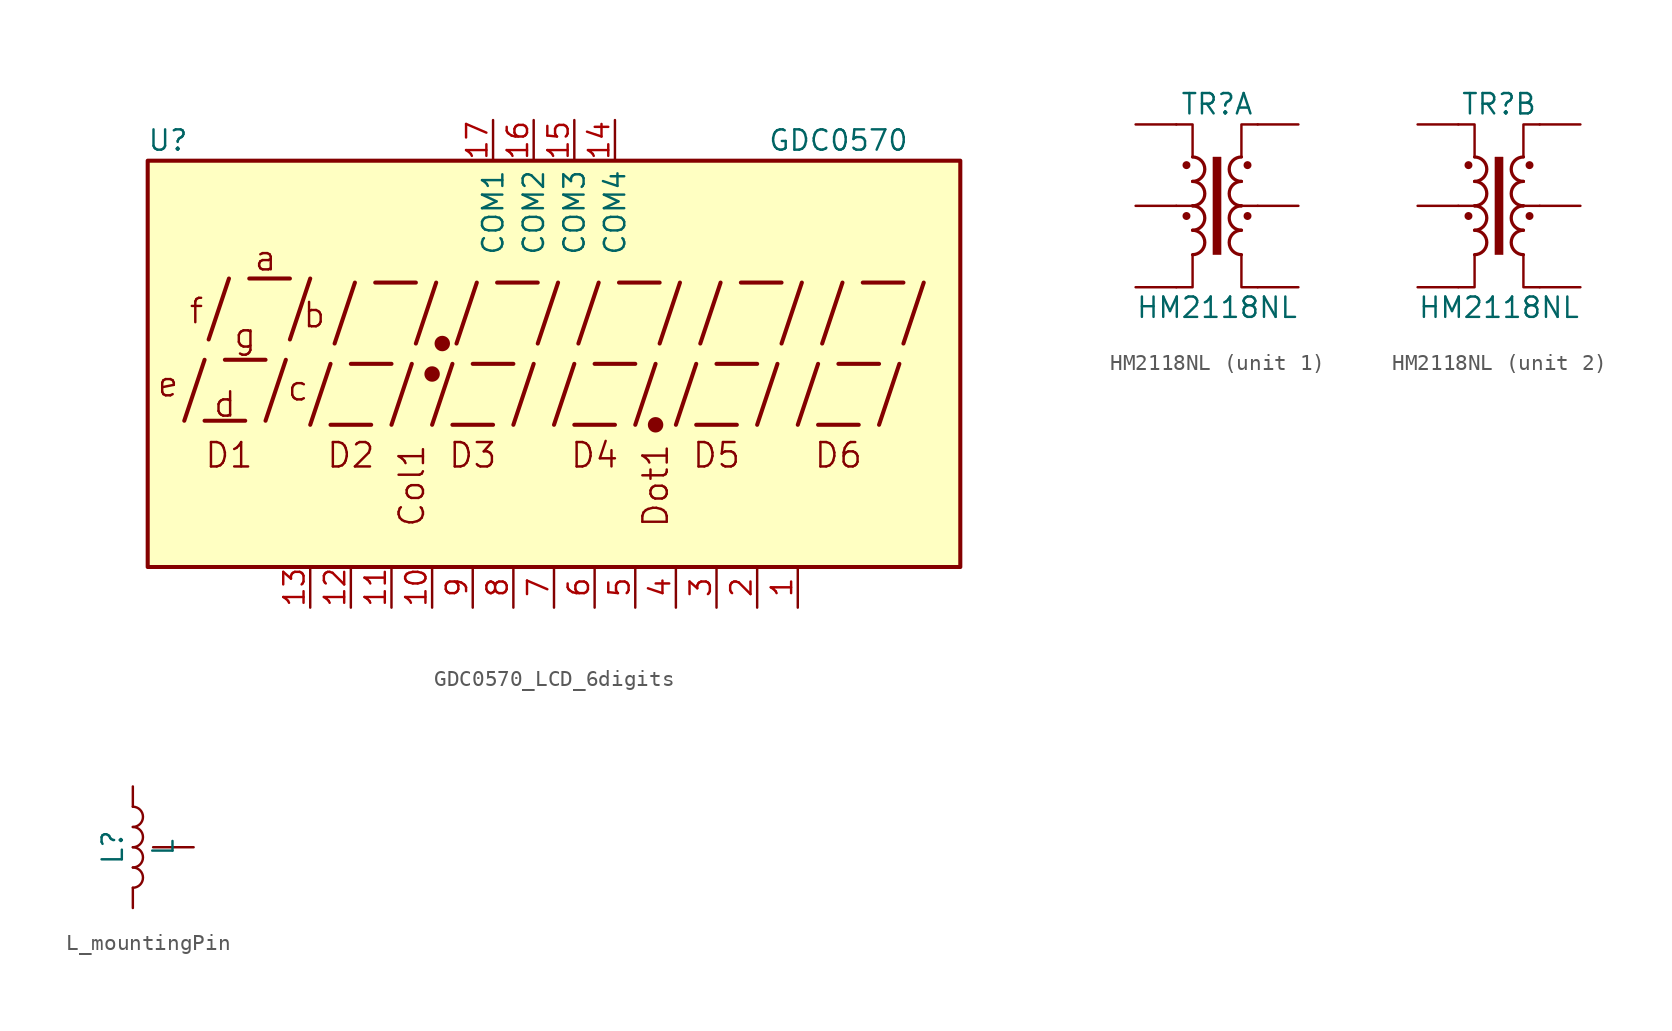
<source format=kicad_sym>
(kicad_symbol_lib
  (version 20231120)
  (generator "kicad_symbol_editor")
  (generator_version "8.0")
  (symbol "GDC0570_LCD_6digits"
    (property "Reference" "U"
      (at -24.13 13.97 0)
      (effects (font (size 1.27 1.27))))
    (property "Value" "GDC0570"
      (at 17.78 13.97 0)
      (effects (font (size 1.27 1.27))))
    (symbol "GDC0570_LCD_6digits_0_0"
      (rectangle (start -25.4 12.7) (end 25.4 -12.7) (stroke (width 0.254) (type default)) (fill (type background)))
      (polyline (pts (xy -23.114 -3.556) (xy -21.844 0.254)) (stroke (width 0.254) (type default)) (fill (type none)))
      (polyline (pts (xy -21.844 -3.556) (xy -19.304 -3.556)) (stroke (width 0.254) (type default)) (fill (type none)))
      (polyline (pts (xy -21.59 1.524) (xy -20.32 5.334)) (stroke (width 0.254) (type default)) (fill (type none)))
      (polyline (pts (xy -20.574 0.254) (xy -18.034 0.254)) (stroke (width 0.254) (type default)) (fill (type none)))
      (polyline (pts (xy -19.05 5.334) (xy -16.51 5.334)) (stroke (width 0.254) (type default)) (fill (type none)))
      (polyline (pts (xy -18.034 -3.556) (xy -16.764 0.254)) (stroke (width 0.254) (type default)) (fill (type none)))
      (polyline (pts (xy -16.51 1.524) (xy -15.24 5.334)) (stroke (width 0.254) (type default)) (fill (type none)))
      (polyline (pts (xy -15.24 -3.81) (xy -13.97 0)) (stroke (width 0.254) (type default)) (fill (type none)))
      (polyline (pts (xy -13.97 -3.81) (xy -11.43 -3.81)) (stroke (width 0.254) (type default)) (fill (type none)))
      (polyline (pts (xy -13.716 1.27) (xy -12.446 5.08)) (stroke (width 0.254) (type default)) (fill (type none)))
      (polyline (pts (xy -12.7 0) (xy -10.16 0)) (stroke (width 0.254) (type default)) (fill (type none)))
      (polyline (pts (xy -11.176 5.08) (xy -8.636 5.08)) (stroke (width 0.254) (type default)) (fill (type none)))
      (polyline (pts (xy -10.16 -3.81) (xy -8.89 0)) (stroke (width 0.254) (type default)) (fill (type none)))
      (polyline (pts (xy -8.636 1.27) (xy -7.366 5.08)) (stroke (width 0.254) (type default)) (fill (type none)))
      (polyline (pts (xy -7.62 -3.81) (xy -6.35 0)) (stroke (width 0.254) (type default)) (fill (type none)))
      (polyline (pts (xy -6.35 -3.81) (xy -3.81 -3.81)) (stroke (width 0.254) (type default)) (fill (type none)))
      (polyline (pts (xy -6.096 1.27) (xy -4.826 5.08)) (stroke (width 0.254) (type default)) (fill (type none)))
      (polyline (pts (xy -5.08 0) (xy -2.54 0)) (stroke (width 0.254) (type default)) (fill (type none)))
      (polyline (pts (xy -3.556 5.08) (xy -1.016 5.08)) (stroke (width 0.254) (type default)) (fill (type none)))
      (polyline (pts (xy -2.54 -3.81) (xy -1.27 0)) (stroke (width 0.254) (type default)) (fill (type none)))
      (polyline (pts (xy -1.016 1.27) (xy 0.254 5.08)) (stroke (width 0.254) (type default)) (fill (type none)))
      (polyline (pts (xy 0 -3.81) (xy 1.27 0)) (stroke (width 0.254) (type default)) (fill (type none)))
      (polyline (pts (xy 1.27 -3.81) (xy 3.81 -3.81)) (stroke (width 0.254) (type default)) (fill (type none)))
      (polyline (pts (xy 1.524 1.27) (xy 2.794 5.08)) (stroke (width 0.254) (type default)) (fill (type none)))
      (polyline (pts (xy 2.54 0) (xy 5.08 0)) (stroke (width 0.254) (type default)) (fill (type none)))
      (polyline (pts (xy 4.064 5.08) (xy 6.604 5.08)) (stroke (width 0.254) (type default)) (fill (type none)))
      (polyline (pts (xy 5.08 -3.81) (xy 6.35 0)) (stroke (width 0.254) (type default)) (fill (type none)))
      (polyline (pts (xy 6.604 1.27) (xy 7.874 5.08)) (stroke (width 0.254) (type default)) (fill (type none)))
      (polyline (pts (xy 7.62 -3.81) (xy 8.89 0)) (stroke (width 0.254) (type default)) (fill (type none)))
      (polyline (pts (xy 8.89 -3.81) (xy 11.43 -3.81)) (stroke (width 0.254) (type default)) (fill (type none)))
      (polyline (pts (xy 9.144 1.27) (xy 10.414 5.08)) (stroke (width 0.254) (type default)) (fill (type none)))
      (polyline (pts (xy 10.16 0) (xy 12.7 0)) (stroke (width 0.254) (type default)) (fill (type none)))
      (polyline (pts (xy 11.684 5.08) (xy 14.224 5.08)) (stroke (width 0.254) (type default)) (fill (type none)))
      (polyline (pts (xy 12.7 -3.81) (xy 13.97 0)) (stroke (width 0.254) (type default)) (fill (type none)))
      (polyline (pts (xy 14.224 1.27) (xy 15.494 5.08)) (stroke (width 0.254) (type default)) (fill (type none)))
      (polyline (pts (xy 15.24 -3.81) (xy 16.51 0)) (stroke (width 0.254) (type default)) (fill (type none)))
      (polyline (pts (xy 16.51 -3.81) (xy 19.05 -3.81)) (stroke (width 0.254) (type default)) (fill (type none)))
      (polyline (pts (xy 16.764 1.27) (xy 18.034 5.08)) (stroke (width 0.254) (type default)) (fill (type none)))
      (polyline (pts (xy 17.78 0) (xy 20.32 0)) (stroke (width 0.254) (type default)) (fill (type none)))
      (polyline (pts (xy 19.304 5.08) (xy 21.844 5.08)) (stroke (width 0.254) (type default)) (fill (type none)))
      (polyline (pts (xy 20.32 -3.81) (xy 21.59 0)) (stroke (width 0.254) (type default)) (fill (type none)))
      (polyline (pts (xy 21.844 1.27) (xy 23.114 5.08)) (stroke (width 0.254) (type default)) (fill (type none)))
      (text "a" (at -18.034 6.604 0) (effects (font (size 1.524 1.524))))
      (text "b" (at -14.986 3.048 0) (effects (font (size 1.524 1.524))))
      (text "c" (at -16.002 -1.524 0) (effects (font (size 1.524 1.524))))
      (text "d" (at -20.574 -2.54 0) (effects (font (size 1.524 1.524))))
      (text "e" (at -24.13 -1.27 0) (effects (font (size 1.524 1.524))))
      (text "f" (at -22.352 3.302 0) (effects (font (size 1.524 1.524))))
      (text "g" (at -19.304 1.778 0) (effects (font (size 1.524 1.524)))))
    (symbol "GDC0570_LCD_6digits_0_1"
      (circle (center -7.62 -0.635) (radius 0.356) (stroke (width 0.254) (type default)) (fill (type outline)))
      (circle (center -6.985 1.27) (radius 0.356) (stroke (width 0.254) (type default)) (fill (type outline)))
      (circle (center 6.35 -3.81) (radius 0.356) (stroke (width 0.254) (type default)) (fill (type outline))))
    (symbol "GDC0570_LCD_6digits_1_0"
      (text "Col1" (at -8.89 -7.62 900) (effects (font (size 1.524 1.524))))
      (text "D1" (at -20.32 -5.715 0) (effects (font (size 1.524 1.524))))
      (text "D2" (at -12.7 -5.715 0) (effects (font (size 1.524 1.524))))
      (text "D3" (at -5.08 -5.715 0) (effects (font (size 1.524 1.524))))
      (text "D4" (at 2.54 -5.715 0) (effects (font (size 1.524 1.524))))
      (text "D5" (at 10.16 -5.715 0) (effects (font (size 1.524 1.524))))
      (text "D6" (at 17.78 -5.715 0) (effects (font (size 1.524 1.524))))
      (text "Dot1" (at 6.35 -7.62 900) (effects (font (size 1.524 1.524)))))
    (symbol "GDC0570_LCD_6digits_1_1"
      (pin input line (at 15.24 -15.24 90) (length 2.54) (name "" (effects (font (size 1.27 1.27)))) (number "1" (effects (font (size 1.27 1.27)))))
      (pin input line (at -7.62 -15.24 90) (length 2.54) (name "" (effects (font (size 1.27 1.27)))) (number "10" (effects (font (size 1.27 1.27)))))
      (pin input line (at -10.16 -15.24 90) (length 2.54) (name "" (effects (font (size 1.27 1.27)))) (number "11" (effects (font (size 1.27 1.27)))))
      (pin input line (at -12.7 -15.24 90) (length 2.54) (name "" (effects (font (size 1.27 1.27)))) (number "12" (effects (font (size 1.27 1.27)))))
      (pin input line (at -15.24 -15.24 90) (length 2.54) (name "" (effects (font (size 1.27 1.27)))) (number "13" (effects (font (size 1.27 1.27)))))
      (pin input line (at 3.81 15.24 270) (length 2.54) (name "COM4" (effects (font (size 1.27 1.27)))) (number "14" (effects (font (size 1.27 1.27)))))
      (pin input line (at 1.27 15.24 270) (length 2.54) (name "COM3" (effects (font (size 1.27 1.27)))) (number "15" (effects (font (size 1.27 1.27)))))
      (pin input line (at -1.27 15.24 270) (length 2.54) (name "COM2" (effects (font (size 1.27 1.27)))) (number "16" (effects (font (size 1.27 1.27)))))
      (pin input line (at -3.81 15.24 270) (length 2.54) (name "COM1" (effects (font (size 1.27 1.27)))) (number "17" (effects (font (size 1.27 1.27)))))
      (pin input line (at 12.7 -15.24 90) (length 2.54) (name "" (effects (font (size 1.27 1.27)))) (number "2" (effects (font (size 1.27 1.27)))))
      (pin input line (at 10.16 -15.24 90) (length 2.54) (name "" (effects (font (size 1.27 1.27)))) (number "3" (effects (font (size 1.27 1.27)))))
      (pin input line (at 7.62 -15.24 90) (length 2.54) (name "" (effects (font (size 1.27 1.27)))) (number "4" (effects (font (size 1.27 1.27)))))
      (pin input line (at 5.08 -15.24 90) (length 2.54) (name "" (effects (font (size 1.27 1.27)))) (number "5" (effects (font (size 1.27 1.27)))))
      (pin input line (at 2.54 -15.24 90) (length 2.54) (name "" (effects (font (size 1.27 1.27)))) (number "6" (effects (font (size 1.27 1.27)))))
      (pin input line (at 0 -15.24 90) (length 2.54) (name "" (effects (font (size 1.27 1.27)))) (number "7" (effects (font (size 1.27 1.27)))))
      (pin input line (at -2.54 -15.24 90) (length 2.54) (name "" (effects (font (size 1.27 1.27)))) (number "8" (effects (font (size 1.27 1.27)))))
      (pin input line (at -5.08 -15.24 90) (length 2.54) (name "" (effects (font (size 1.27 1.27)))) (number "9" (effects (font (size 1.27 1.27)))))))
  (symbol "HM2118NL"
    (pin_numbers hide)
    (pin_names
      (offset 0))
    (property "Reference" "TR"
      (at 0 6.35 0)
      (effects (font (size 1.27 1.27))))
    (property "Value" "HM2118NL"
      (at 0 -6.35 0)
      (effects (font (size 1.27 1.27))))
    (symbol "HM2118NL_0_1"
      (circle (center -1.905 -0.635) (radius 0.2) (stroke (width 0.1) (type default)) (fill (type outline)))
      (circle (center -1.905 2.54) (radius 0.2) (stroke (width 0.1) (type default)) (fill (type outline)))
      (arc (start -1.524 -3.048) (mid -0.7653 -2.286) (end -1.524 -1.524) (stroke (width 0.2032) (type default)) (fill (type none)))
      (arc (start -1.524 -1.524) (mid -0.7653 -0.762) (end -1.524 0) (stroke (width 0.2032) (type default)) (fill (type none)))
      (arc (start -1.524 0) (mid -0.7653 0.762) (end -1.524 1.524) (stroke (width 0.2032) (type default)) (fill (type none)))
      (arc (start -1.524 1.524) (mid -0.7653 2.286) (end -1.524 3.048) (stroke (width 0.2032) (type default)) (fill (type none)))
      (rectangle (start -0.254 3.048) (end 0.254 -3.048) (stroke (width 0.025) (type default)) (fill (type outline)))
      (polyline (pts (xy -1.524 0) (xy -2.54 0) (xy -2.54 0)) (stroke (width 0) (type default)) (fill (type outline)))
      (polyline (pts (xy 1.524 0) (xy 2.54 0) (xy 2.54 0)) (stroke (width 0) (type default)) (fill (type outline)))
      (polyline (pts (xy -2.54 5.08) (xy -1.524 5.08) (xy -1.524 3.048) (xy -1.524 3.048)) (stroke (width 0.152) (type default)) (fill (type none)))
      (polyline (pts (xy -1.524 -3.048) (xy -1.524 -5.08) (xy -2.54 -5.08) (xy -2.54 -5.08)) (stroke (width 0.152) (type default)) (fill (type none)))
      (polyline (pts (xy 1.524 3.048) (xy 1.524 5.08) (xy 2.54 5.08) (xy 2.54 5.08)) (stroke (width 0.152) (type default)) (fill (type none)))
      (polyline (pts (xy 2.54 -5.08) (xy 1.524 -5.08) (xy 1.524 -3.048) (xy 1.524 -3.048)) (stroke (width 0.152) (type default)) (fill (type none)))
      (arc (start 1.524 -1.524) (mid 0.7653 -2.286) (end 1.524 -3.048) (stroke (width 0.2032) (type default)) (fill (type none)))
      (arc (start 1.524 0) (mid 0.7653 -0.762) (end 1.524 -1.524) (stroke (width 0.2032) (type default)) (fill (type none)))
      (arc (start 1.524 1.524) (mid 0.7653 0.762) (end 1.524 0) (stroke (width 0.2032) (type default)) (fill (type none)))
      (arc (start 1.524 3.048) (mid 0.7653 2.286) (end 1.524 1.524) (stroke (width 0.2032) (type default)) (fill (type none)))
      (circle (center 1.905 -0.635) (radius 0.2) (stroke (width 0.1) (type default)) (fill (type outline)))
      (circle (center 1.905 2.54) (radius 0.2) (stroke (width 0.1) (type default)) (fill (type outline))))
    (symbol "HM2118NL_1_1"
      (pin passive line (at -5.08 5.08 0) (length 2.54) (name "~" (effects (font (size 1.27 1.27)))) (number "1" (effects (font (size 1.27 1.27)))))
      (pin passive line (at 5.08 -5.08 180) (length 2.54) (name "~" (effects (font (size 1.27 1.27)))) (number "10" (effects (font (size 1.27 1.27)))))
      (pin passive line (at 5.08 0 180) (length 2.54) (name "~" (effects (font (size 1.27 1.27)))) (number "11" (effects (font (size 1.27 1.27)))))
      (pin passive line (at 5.08 5.08 180) (length 2.54) (name "~" (effects (font (size 1.27 1.27)))) (number "12" (effects (font (size 1.27 1.27)))))
      (pin passive line (at -5.08 0 0) (length 2.54) (name "~" (effects (font (size 1.27 1.27)))) (number "2" (effects (font (size 1.27 1.27)))))
      (pin passive line (at -5.08 -5.08 0) (length 2.54) (name "~" (effects (font (size 1.27 1.27)))) (number "3" (effects (font (size 1.27 1.27))))))
    (symbol "HM2118NL_2_1"
      (pin passive line (at -5.08 5.08 0) (length 2.54) (name "~" (effects (font (size 1.27 1.27)))) (number "4" (effects (font (size 1.27 1.27)))))
      (pin passive line (at -5.08 0 0) (length 2.54) (name "~" (effects (font (size 1.27 1.27)))) (number "5" (effects (font (size 1.27 1.27)))))
      (pin passive line (at -5.08 -5.08 0) (length 2.54) (name "~" (effects (font (size 1.27 1.27)))) (number "6" (effects (font (size 1.27 1.27)))))
      (pin passive line (at 5.08 -5.08 180) (length 2.54) (name "~" (effects (font (size 1.27 1.27)))) (number "7" (effects (font (size 1.27 1.27)))))
      (pin passive line (at 5.08 0 180) (length 2.54) (name "~" (effects (font (size 1.27 1.27)))) (number "8" (effects (font (size 1.27 1.27)))))
      (pin passive line (at 5.08 5.08 180) (length 2.54) (name "~" (effects (font (size 1.27 1.27)))) (number "9" (effects (font (size 1.27 1.27)))))))
  (symbol "L_mountingPin"
    (pin_numbers hide)
    (pin_names
      (offset 1.016) hide)
    (property "Reference" "L"
      (at -1.27 0 90)
      (effects (font (size 1.27 1.27))))
    (property "Value" "L"
      (at 1.905 0 90)
      (effects (font (size 1.27 1.27))))
    (symbol "L_mountingPin_0_1"
      (arc (start 0 -2.54) (mid 0.6323 -1.905) (end 0 -1.27) (stroke (width 0) (type default)) (fill (type none)))
      (arc (start 0 -1.27) (mid 0.6323 -0.635) (end 0 0) (stroke (width 0) (type default)) (fill (type none)))
      (arc (start 0 0) (mid 0.6323 0.635) (end 0 1.27) (stroke (width 0) (type default)) (fill (type none)))
      (arc (start 0 1.27) (mid 0.6323 1.905) (end 0 2.54) (stroke (width 0) (type default)) (fill (type none))))
    (symbol "L_mountingPin_1_1"
      (pin passive line (at 0 3.81 270) (length 1.27) (name "1" (effects (font (size 1.27 1.27)))) (number "1" (effects (font (size 1.27 1.27)))))
      (pin passive line (at 0 -3.81 90) (length 1.27) (name "2" (effects (font (size 1.27 1.27)))) (number "2" (effects (font (size 1.27 1.27)))))
      (pin unspecified line (at 3.81 0 180) (length 2.54) (name "Mount" (effects (font (size 1.27 1.27)))) (number "3" (effects (font (size 1.27 1.27))))))))
</source>
